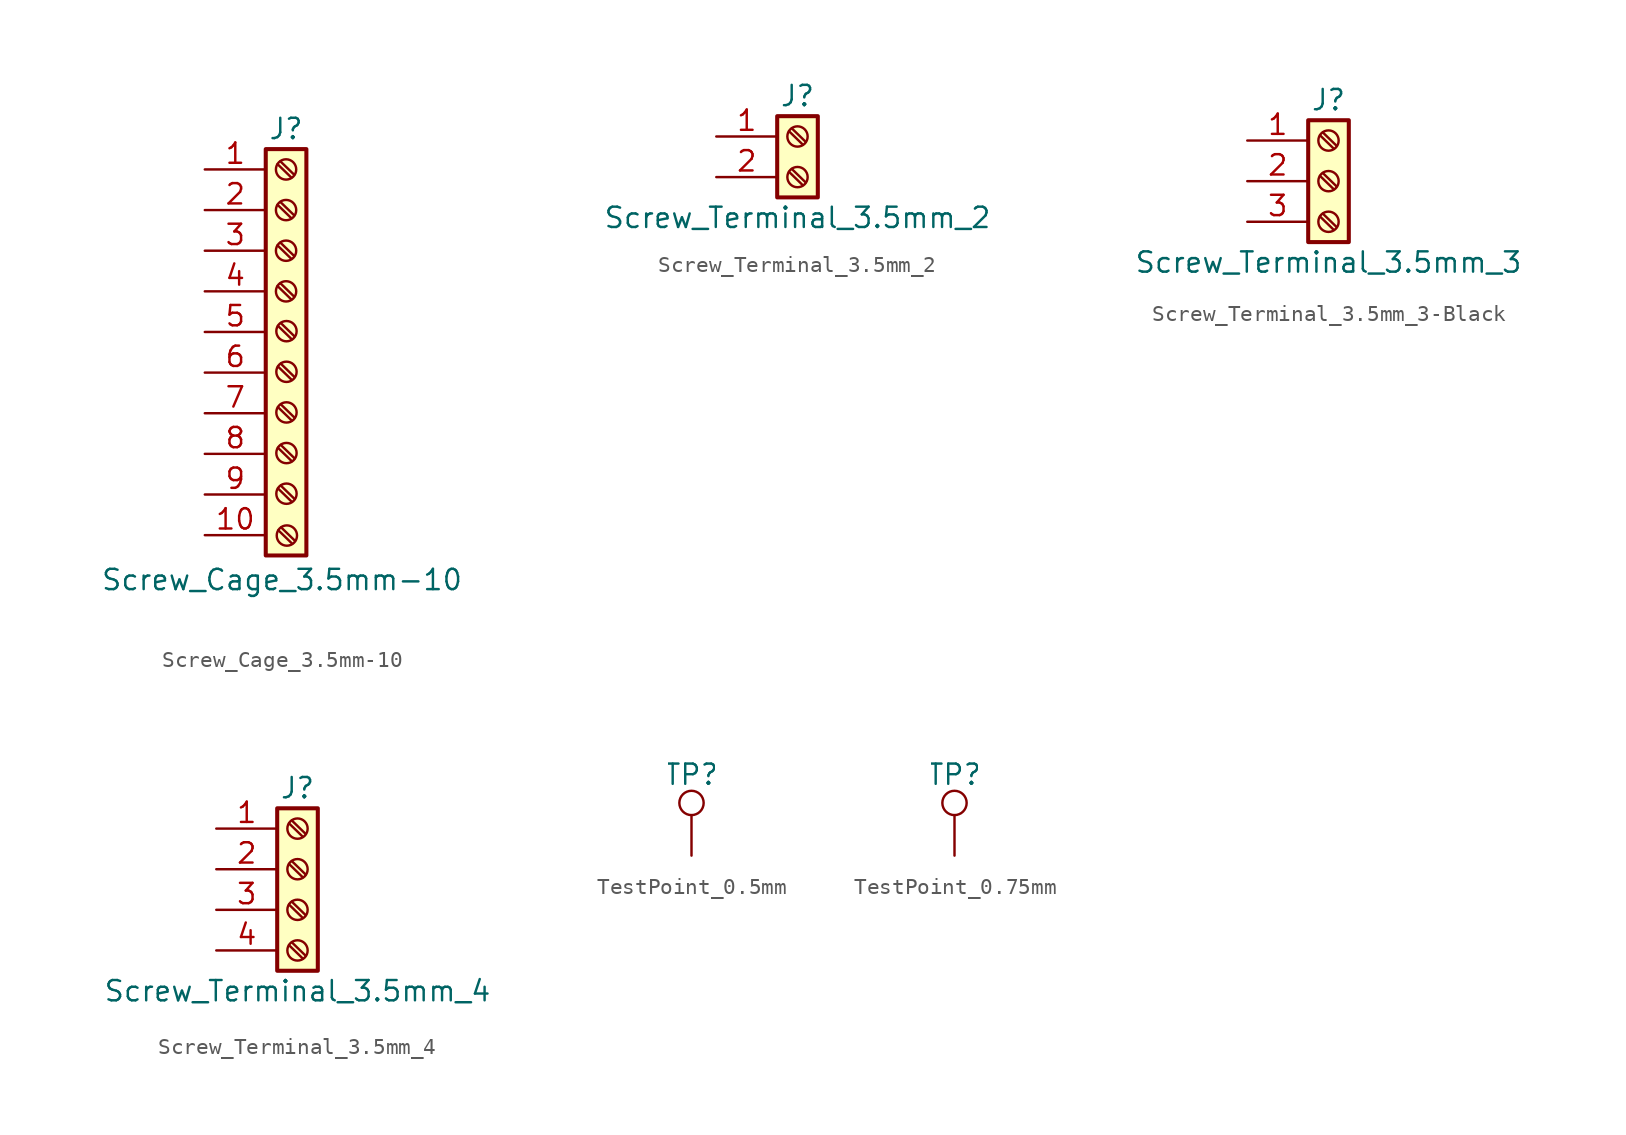
<source format=kicad_sym>
(kicad_symbol_lib
  (version 20231120)
  (generator "kicad_symbol_editor")
  (generator_version "8.0")
  (symbol "Screw_Cage_3.5mm-10"
    (pin_names
      (offset 1.016) hide)
    (property "Reference" "J"
      (at 0 12.7 0)
      (effects (font (size 1.27 1.27))))
    (property "Value" "Screw_Cage_3.5mm-10"
      (at -0.254 -15.494 0)
      (effects (font (size 1.27 1.27))))
    (symbol "Screw_Cage_3.5mm-10_1_1"
      (rectangle (start -1.27 11.43) (end 1.27 -13.97) (stroke (width 0.254) (type default)) (fill (type background)))
      (polyline (pts (xy -0.533 2.87) (xy 0.33 2.032)) (stroke (width 0.152) (type default)) (fill (type none)))
      (polyline (pts (xy -0.533 5.41) (xy 0.33 4.572)) (stroke (width 0.152) (type default)) (fill (type none)))
      (polyline (pts (xy -0.533 7.95) (xy 0.33 7.112)) (stroke (width 0.152) (type default)) (fill (type none)))
      (polyline (pts (xy -0.533 10.49) (xy 0.33 9.652)) (stroke (width 0.152) (type default)) (fill (type none)))
      (polyline (pts (xy -0.508 -9.779) (xy 0.356 -10.617)) (stroke (width 0.152) (type default)) (fill (type none)))
      (polyline (pts (xy -0.508 -7.239) (xy 0.356 -8.077)) (stroke (width 0.152) (type default)) (fill (type none)))
      (polyline (pts (xy -0.508 -4.699) (xy 0.356 -5.537)) (stroke (width 0.152) (type default)) (fill (type none)))
      (polyline (pts (xy -0.508 -2.159) (xy 0.356 -2.997)) (stroke (width 0.152) (type default)) (fill (type none)))
      (polyline (pts (xy -0.508 0.381) (xy 0.356 -0.457)) (stroke (width 0.152) (type default)) (fill (type none)))
      (polyline (pts (xy -0.483 -12.395) (xy 0.381 -13.233)) (stroke (width 0.152) (type default)) (fill (type none)))
      (polyline (pts (xy -0.356 3.048) (xy 0.508 2.21)) (stroke (width 0.152) (type default)) (fill (type none)))
      (polyline (pts (xy -0.356 5.588) (xy 0.508 4.75)) (stroke (width 0.152) (type default)) (fill (type none)))
      (polyline (pts (xy -0.356 8.128) (xy 0.508 7.29)) (stroke (width 0.152) (type default)) (fill (type none)))
      (polyline (pts (xy -0.356 10.668) (xy 0.508 9.83)) (stroke (width 0.152) (type default)) (fill (type none)))
      (polyline (pts (xy -0.33 -9.601) (xy 0.533 -10.439)) (stroke (width 0.152) (type default)) (fill (type none)))
      (polyline (pts (xy -0.33 -7.061) (xy 0.533 -7.899)) (stroke (width 0.152) (type default)) (fill (type none)))
      (polyline (pts (xy -0.33 -4.521) (xy 0.533 -5.359)) (stroke (width 0.152) (type default)) (fill (type none)))
      (polyline (pts (xy -0.33 -1.981) (xy 0.533 -2.819)) (stroke (width 0.152) (type default)) (fill (type none)))
      (polyline (pts (xy -0.33 0.559) (xy 0.533 -0.279)) (stroke (width 0.152) (type default)) (fill (type none)))
      (polyline (pts (xy -0.305 -12.217) (xy 0.559 -13.056)) (stroke (width 0.152) (type default)) (fill (type none)))
      (circle (center 0 2.54) (radius 0.635) (stroke (width 0.152) (type default)) (fill (type none)))
      (circle (center 0 5.08) (radius 0.635) (stroke (width 0.152) (type default)) (fill (type none)))
      (circle (center 0 7.62) (radius 0.635) (stroke (width 0.152) (type default)) (fill (type none)))
      (circle (center 0 10.16) (radius 0.635) (stroke (width 0.152) (type default)) (fill (type none)))
      (circle (center 0.025 -10.109) (radius 0.635) (stroke (width 0.152) (type default)) (fill (type none)))
      (circle (center 0.025 -7.569) (radius 0.635) (stroke (width 0.152) (type default)) (fill (type none)))
      (circle (center 0.025 -5.029) (radius 0.635) (stroke (width 0.152) (type default)) (fill (type none)))
      (circle (center 0.025 -2.489) (radius 0.635) (stroke (width 0.152) (type default)) (fill (type none)))
      (circle (center 0.025 0.051) (radius 0.635) (stroke (width 0.152) (type default)) (fill (type none)))
      (circle (center 0.051 -12.725) (radius 0.635) (stroke (width 0.152) (type default)) (fill (type none)))
      (pin passive line (at -5.08 10.16 0) (length 3.81) (name "Pin_1" (effects (font (size 1.27 1.27)))) (number "1" (effects (font (size 1.27 1.27)))))
      (pin passive line (at -5.08 -12.7 0) (length 3.81) (name "Pin_1" (effects (font (size 1.27 1.27)))) (number "10" (effects (font (size 1.27 1.27)))))
      (pin passive line (at -5.08 7.62 0) (length 3.81) (name "Pin_2" (effects (font (size 1.27 1.27)))) (number "2" (effects (font (size 1.27 1.27)))))
      (pin passive line (at -5.08 5.08 0) (length 3.81) (name "Pin_3" (effects (font (size 1.27 1.27)))) (number "3" (effects (font (size 1.27 1.27)))))
      (pin passive line (at -5.08 2.54 0) (length 3.81) (name "Pin_4" (effects (font (size 1.27 1.27)))) (number "4" (effects (font (size 1.27 1.27)))))
      (pin passive line (at -5.08 0 0) (length 3.81) (name "Pin_3" (effects (font (size 1.27 1.27)))) (number "5" (effects (font (size 1.27 1.27)))))
      (pin passive line (at -5.08 -2.54 0) (length 3.81) (name "Pin_4" (effects (font (size 1.27 1.27)))) (number "6" (effects (font (size 1.27 1.27)))))
      (pin passive line (at -5.08 -5.08 0) (length 3.81) (name "Pin_2" (effects (font (size 1.27 1.27)))) (number "7" (effects (font (size 1.27 1.27)))))
      (pin passive line (at -5.08 -7.62 0) (length 3.81) (name "Pin_1" (effects (font (size 1.27 1.27)))) (number "8" (effects (font (size 1.27 1.27)))))
      (pin passive line (at -5.08 -10.16 0) (length 3.81) (name "Pin_1" (effects (font (size 1.27 1.27)))) (number "9" (effects (font (size 1.27 1.27)))))))
  (symbol "Screw_Terminal_3.5mm_2"
    (pin_names
      (offset 1.016) hide)
    (property "Reference" "J"
      (at 0 3.81 0)
      (effects (font (size 1.27 1.27))))
    (property "Value" "Screw_Terminal_3.5mm_2"
      (at 0 -3.81 0)
      (effects (font (size 1.27 1.27))))
    (symbol "Screw_Terminal_3.5mm_2_1_1"
      (rectangle (start -1.27 2.54) (end 1.27 -2.54) (stroke (width 0.254) (type default)) (fill (type background)))
      (circle (center 0 -1.27) (radius 0.635) (stroke (width 0.152) (type default)) (fill (type none)))
      (polyline (pts (xy -0.533 -0.94) (xy 0.33 -1.778)) (stroke (width 0.152) (type default)) (fill (type none)))
      (polyline (pts (xy -0.533 1.6) (xy 0.33 0.762)) (stroke (width 0.152) (type default)) (fill (type none)))
      (polyline (pts (xy -0.356 -0.762) (xy 0.508 -1.6)) (stroke (width 0.152) (type default)) (fill (type none)))
      (polyline (pts (xy -0.356 1.778) (xy 0.508 0.94)) (stroke (width 0.152) (type default)) (fill (type none)))
      (circle (center 0 1.27) (radius 0.635) (stroke (width 0.152) (type default)) (fill (type none)))
      (pin passive line (at -5.08 1.27 0) (length 3.81) (name "Pin_1" (effects (font (size 1.27 1.27)))) (number "1" (effects (font (size 1.27 1.27)))))
      (pin passive line (at -5.08 -1.27 0) (length 3.81) (name "Pin_2" (effects (font (size 1.27 1.27)))) (number "2" (effects (font (size 1.27 1.27)))))))
  (symbol "Screw_Terminal_3.5mm_3-Black"
    (pin_names
      (offset 1.016) hide)
    (property "Reference" "J"
      (at 0 5.08 0)
      (effects (font (size 1.27 1.27))))
    (property "Value" "Screw_Terminal_3.5mm_3"
      (at 0 -5.08 0)
      (effects (font (size 1.27 1.27))))
    (symbol "Screw_Terminal_3.5mm_3-Black_1_1"
      (rectangle (start -1.27 3.81) (end 1.27 -3.81) (stroke (width 0.254) (type default)) (fill (type background)))
      (circle (center 0 -2.54) (radius 0.635) (stroke (width 0.152) (type default)) (fill (type none)))
      (polyline (pts (xy -0.533 -2.21) (xy 0.33 -3.048)) (stroke (width 0.152) (type default)) (fill (type none)))
      (polyline (pts (xy -0.533 0.33) (xy 0.33 -0.508)) (stroke (width 0.152) (type default)) (fill (type none)))
      (polyline (pts (xy -0.533 2.87) (xy 0.33 2.032)) (stroke (width 0.152) (type default)) (fill (type none)))
      (polyline (pts (xy -0.356 -2.032) (xy 0.508 -2.87)) (stroke (width 0.152) (type default)) (fill (type none)))
      (polyline (pts (xy -0.356 0.508) (xy 0.508 -0.33)) (stroke (width 0.152) (type default)) (fill (type none)))
      (polyline (pts (xy -0.356 3.048) (xy 0.508 2.21)) (stroke (width 0.152) (type default)) (fill (type none)))
      (circle (center 0 0) (radius 0.635) (stroke (width 0.152) (type default)) (fill (type none)))
      (circle (center 0 2.54) (radius 0.635) (stroke (width 0.152) (type default)) (fill (type none)))
      (pin passive line (at -5.08 2.54 0) (length 3.81) (name "Pin_1" (effects (font (size 1.27 1.27)))) (number "1" (effects (font (size 1.27 1.27)))))
      (pin passive line (at -5.08 0 0) (length 3.81) (name "Pin_2" (effects (font (size 1.27 1.27)))) (number "2" (effects (font (size 1.27 1.27)))))
      (pin passive line (at -5.08 -2.54 0) (length 3.81) (name "Pin_3" (effects (font (size 1.27 1.27)))) (number "3" (effects (font (size 1.27 1.27)))))))
  (symbol "Screw_Terminal_3.5mm_4"
    (pin_names
      (offset 1.016) hide)
    (property "Reference" "J"
      (at 0 5.08 0)
      (effects (font (size 1.27 1.27))))
    (property "Value" "Screw_Terminal_3.5mm_4"
      (at 0 -7.62 0)
      (effects (font (size 1.27 1.27))))
    (symbol "Screw_Terminal_3.5mm_4_1_1"
      (rectangle (start -1.27 3.81) (end 1.27 -6.35) (stroke (width 0.254) (type default)) (fill (type background)))
      (circle (center 0 -5.08) (radius 0.635) (stroke (width 0.152) (type default)) (fill (type none)))
      (circle (center 0 -2.54) (radius 0.635) (stroke (width 0.152) (type default)) (fill (type none)))
      (polyline (pts (xy -0.533 -4.75) (xy 0.33 -5.588)) (stroke (width 0.152) (type default)) (fill (type none)))
      (polyline (pts (xy -0.533 -2.21) (xy 0.33 -3.048)) (stroke (width 0.152) (type default)) (fill (type none)))
      (polyline (pts (xy -0.533 0.33) (xy 0.33 -0.508)) (stroke (width 0.152) (type default)) (fill (type none)))
      (polyline (pts (xy -0.533 2.87) (xy 0.33 2.032)) (stroke (width 0.152) (type default)) (fill (type none)))
      (polyline (pts (xy -0.356 -4.572) (xy 0.508 -5.41)) (stroke (width 0.152) (type default)) (fill (type none)))
      (polyline (pts (xy -0.356 -2.032) (xy 0.508 -2.87)) (stroke (width 0.152) (type default)) (fill (type none)))
      (polyline (pts (xy -0.356 0.508) (xy 0.508 -0.33)) (stroke (width 0.152) (type default)) (fill (type none)))
      (polyline (pts (xy -0.356 3.048) (xy 0.508 2.21)) (stroke (width 0.152) (type default)) (fill (type none)))
      (circle (center 0 0) (radius 0.635) (stroke (width 0.152) (type default)) (fill (type none)))
      (circle (center 0 2.54) (radius 0.635) (stroke (width 0.152) (type default)) (fill (type none)))
      (pin passive line (at -5.08 2.54 0) (length 3.81) (name "Pin_1" (effects (font (size 1.27 1.27)))) (number "1" (effects (font (size 1.27 1.27)))))
      (pin passive line (at -5.08 0 0) (length 3.81) (name "Pin_2" (effects (font (size 1.27 1.27)))) (number "2" (effects (font (size 1.27 1.27)))))
      (pin passive line (at -5.08 -2.54 0) (length 3.81) (name "Pin_3" (effects (font (size 1.27 1.27)))) (number "3" (effects (font (size 1.27 1.27)))))
      (pin passive line (at -5.08 -5.08 0) (length 3.81) (name "Pin_4" (effects (font (size 1.27 1.27)))) (number "4" (effects (font (size 1.27 1.27)))))))
  (symbol "TestPoint_0.5mm"
    (pin_numbers hide)
    (pin_names
      (offset 0.762) hide)
    (property "Reference" "TP"
      (at 0 5.08 0)
      (do_not_autoplace)
      (effects (font (size 1.27 1.27))))
    (symbol "TestPoint_0.5mm_0_1"
      (circle (center 0 3.302) (radius 0.762) (stroke (width 0) (type default)) (fill (type none))))
    (symbol "TestPoint_0.5mm_1_1"
      (pin passive line (at 0 0 90) (length 2.54) (name "1" (effects (font (size 1.27 1.27)))) (number "1" (effects (font (size 1.27 1.27)))))))
  (symbol "TestPoint_0.75mm"
    (pin_numbers hide)
    (pin_names
      (offset 0) hide)
    (property "Reference" "TP"
      (at 0 5.08 0)
      (do_not_autoplace)
      (effects (font (size 1.27 1.27))))
    (symbol "TestPoint_0.75mm_0_1"
      (circle (center 0 3.302) (radius 0.762) (stroke (width 0) (type default)) (fill (type none))))
    (symbol "TestPoint_0.75mm_1_1"
      (pin passive line (at 0 0 90) (length 2.54) (name "1" (effects (font (size 1.27 1.27)))) (number "1" (effects (font (size 1.27 1.27))))))))
</source>
